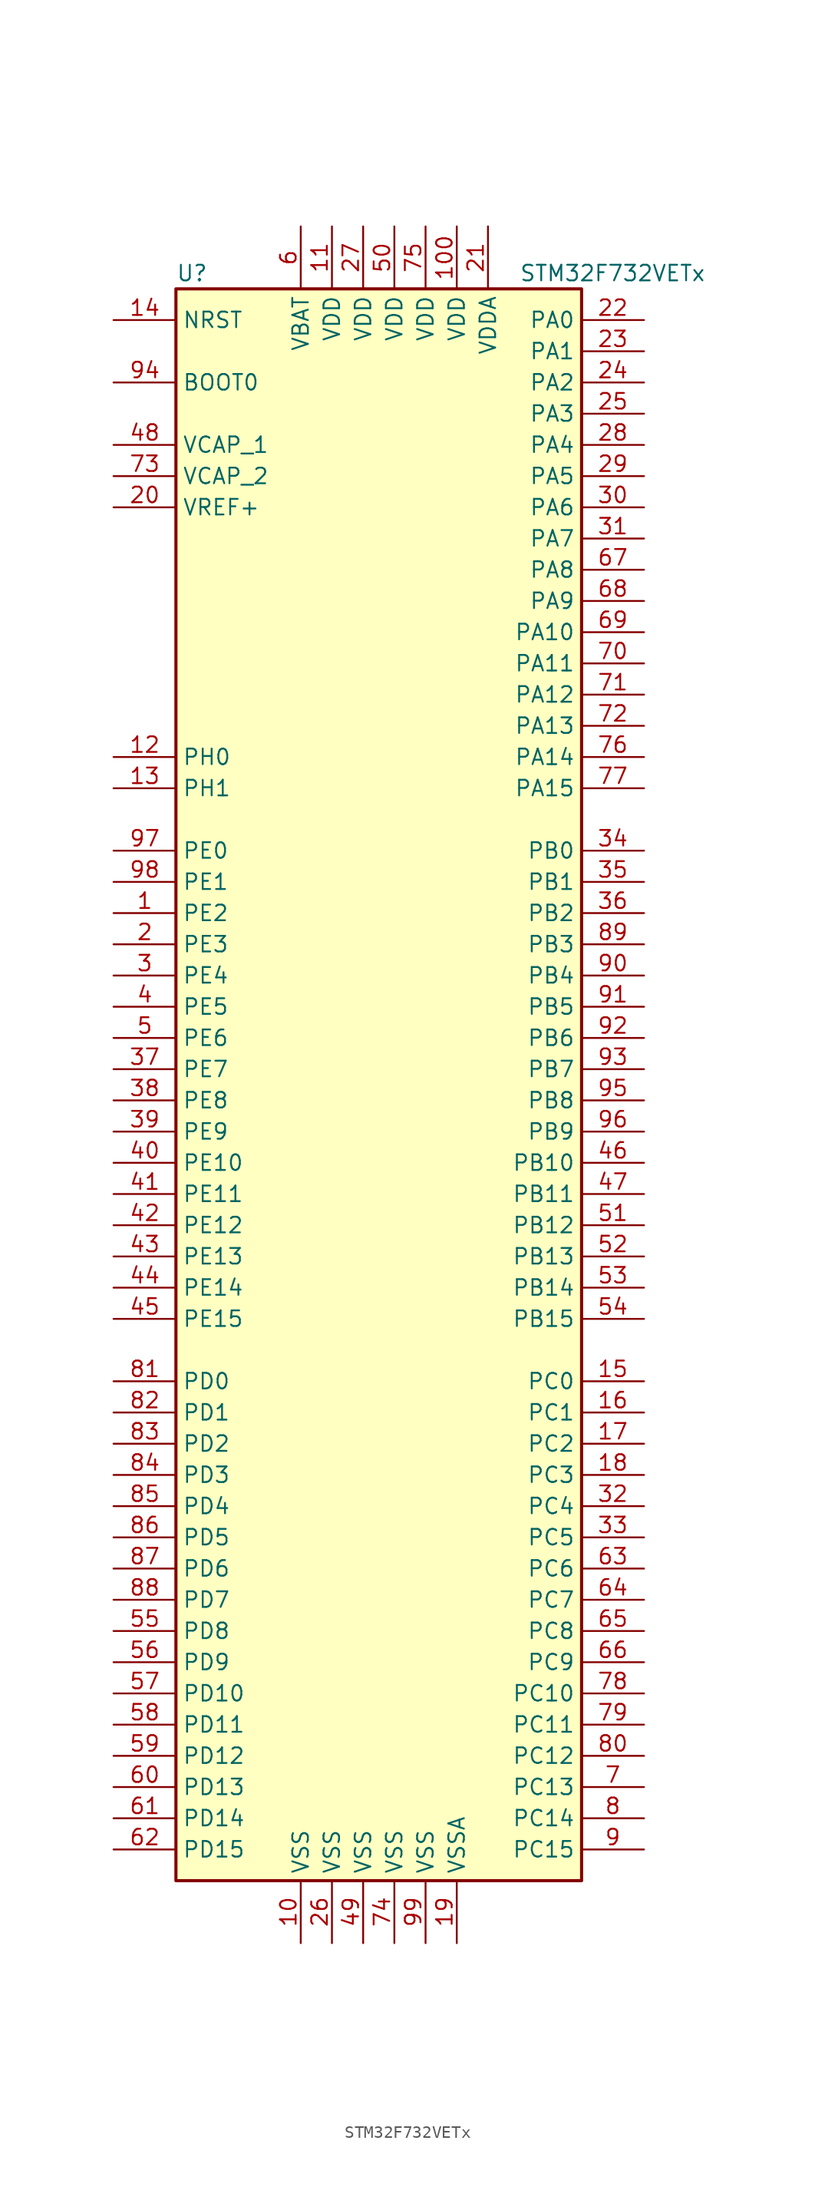
<source format=kicad_sym>
(kicad_symbol_lib
  (version 20201005)
  (generator kicad_symbol_editor)
  (symbol "STM32F732VETx"
    (property "Reference" "U"
      (at -17.78 64.77 0)
      (effects (font (size 1.27 1.27)) (justify left)))
    (property "Value" "STM32F732VETx"
      (at 10.16 64.77 0)
      (effects (font (size 1.27 1.27)) (justify left)))
    (symbol "STM32F732VETx_0_1"
      (rectangle (start -17.78 -66.04) (end 15.24 63.5) (stroke (width 0.254)) (fill (type background))))
    (symbol "STM32F732VETx_1_1"
      (pin bidirectional line (at -22.86 12.7 0) (length 5.08) (name "PE2" (effects (font (size 1.27 1.27)))) (number "1" (effects (font (size 1.27 1.27)))))
      (pin power_in line (at -7.62 -71.12 90) (length 5.08) (name "VSS" (effects (font (size 1.27 1.27)))) (number "10" (effects (font (size 1.27 1.27)))))
      (pin power_in line (at 5.08 68.58 270) (length 5.08) (name "VDD" (effects (font (size 1.27 1.27)))) (number "100" (effects (font (size 1.27 1.27)))))
      (pin power_in line (at -5.08 68.58 270) (length 5.08) (name "VDD" (effects (font (size 1.27 1.27)))) (number "11" (effects (font (size 1.27 1.27)))))
      (pin input line (at -22.86 25.4 0) (length 5.08) (name "PH0" (effects (font (size 1.27 1.27)))) (number "12" (effects (font (size 1.27 1.27)))))
      (pin input line (at -22.86 22.86 0) (length 5.08) (name "PH1" (effects (font (size 1.27 1.27)))) (number "13" (effects (font (size 1.27 1.27)))))
      (pin input line (at -22.86 60.96 0) (length 5.08) (name "NRST" (effects (font (size 1.27 1.27)))) (number "14" (effects (font (size 1.27 1.27)))))
      (pin bidirectional line (at 20.32 -25.4 180) (length 5.08) (name "PC0" (effects (font (size 1.27 1.27)))) (number "15" (effects (font (size 1.27 1.27)))))
      (pin bidirectional line (at 20.32 -27.94 180) (length 5.08) (name "PC1" (effects (font (size 1.27 1.27)))) (number "16" (effects (font (size 1.27 1.27)))))
      (pin bidirectional line (at 20.32 -30.48 180) (length 5.08) (name "PC2" (effects (font (size 1.27 1.27)))) (number "17" (effects (font (size 1.27 1.27)))))
      (pin bidirectional line (at 20.32 -33.02 180) (length 5.08) (name "PC3" (effects (font (size 1.27 1.27)))) (number "18" (effects (font (size 1.27 1.27)))))
      (pin power_in line (at 5.08 -71.12 90) (length 5.08) (name "VSSA" (effects (font (size 1.27 1.27)))) (number "19" (effects (font (size 1.27 1.27)))))
      (pin bidirectional line (at -22.86 10.16 0) (length 5.08) (name "PE3" (effects (font (size 1.27 1.27)))) (number "2" (effects (font (size 1.27 1.27)))))
      (pin power_in line (at -22.86 45.72 0) (length 5.08) (name "VREF+" (effects (font (size 1.27 1.27)))) (number "20" (effects (font (size 1.27 1.27)))))
      (pin power_in line (at 7.62 68.58 270) (length 5.08) (name "VDDA" (effects (font (size 1.27 1.27)))) (number "21" (effects (font (size 1.27 1.27)))))
      (pin bidirectional line (at 20.32 60.96 180) (length 5.08) (name "PA0" (effects (font (size 1.27 1.27)))) (number "22" (effects (font (size 1.27 1.27)))))
      (pin bidirectional line (at 20.32 58.42 180) (length 5.08) (name "PA1" (effects (font (size 1.27 1.27)))) (number "23" (effects (font (size 1.27 1.27)))))
      (pin bidirectional line (at 20.32 55.88 180) (length 5.08) (name "PA2" (effects (font (size 1.27 1.27)))) (number "24" (effects (font (size 1.27 1.27)))))
      (pin bidirectional line (at 20.32 53.34 180) (length 5.08) (name "PA3" (effects (font (size 1.27 1.27)))) (number "25" (effects (font (size 1.27 1.27)))))
      (pin power_in line (at -5.08 -71.12 90) (length 5.08) (name "VSS" (effects (font (size 1.27 1.27)))) (number "26" (effects (font (size 1.27 1.27)))))
      (pin power_in line (at -2.54 68.58 270) (length 5.08) (name "VDD" (effects (font (size 1.27 1.27)))) (number "27" (effects (font (size 1.27 1.27)))))
      (pin bidirectional line (at 20.32 50.8 180) (length 5.08) (name "PA4" (effects (font (size 1.27 1.27)))) (number "28" (effects (font (size 1.27 1.27)))))
      (pin bidirectional line (at 20.32 48.26 180) (length 5.08) (name "PA5" (effects (font (size 1.27 1.27)))) (number "29" (effects (font (size 1.27 1.27)))))
      (pin bidirectional line (at -22.86 7.62 0) (length 5.08) (name "PE4" (effects (font (size 1.27 1.27)))) (number "3" (effects (font (size 1.27 1.27)))))
      (pin bidirectional line (at 20.32 45.72 180) (length 5.08) (name "PA6" (effects (font (size 1.27 1.27)))) (number "30" (effects (font (size 1.27 1.27)))))
      (pin bidirectional line (at 20.32 43.18 180) (length 5.08) (name "PA7" (effects (font (size 1.27 1.27)))) (number "31" (effects (font (size 1.27 1.27)))))
      (pin bidirectional line (at 20.32 -35.56 180) (length 5.08) (name "PC4" (effects (font (size 1.27 1.27)))) (number "32" (effects (font (size 1.27 1.27)))))
      (pin bidirectional line (at 20.32 -38.1 180) (length 5.08) (name "PC5" (effects (font (size 1.27 1.27)))) (number "33" (effects (font (size 1.27 1.27)))))
      (pin bidirectional line (at 20.32 17.78 180) (length 5.08) (name "PB0" (effects (font (size 1.27 1.27)))) (number "34" (effects (font (size 1.27 1.27)))))
      (pin bidirectional line (at 20.32 15.24 180) (length 5.08) (name "PB1" (effects (font (size 1.27 1.27)))) (number "35" (effects (font (size 1.27 1.27)))))
      (pin bidirectional line (at 20.32 12.7 180) (length 5.08) (name "PB2" (effects (font (size 1.27 1.27)))) (number "36" (effects (font (size 1.27 1.27)))))
      (pin bidirectional line (at -22.86 0 0) (length 5.08) (name "PE7" (effects (font (size 1.27 1.27)))) (number "37" (effects (font (size 1.27 1.27)))))
      (pin bidirectional line (at -22.86 -2.54 0) (length 5.08) (name "PE8" (effects (font (size 1.27 1.27)))) (number "38" (effects (font (size 1.27 1.27)))))
      (pin bidirectional line (at -22.86 -5.08 0) (length 5.08) (name "PE9" (effects (font (size 1.27 1.27)))) (number "39" (effects (font (size 1.27 1.27)))))
      (pin bidirectional line (at -22.86 5.08 0) (length 5.08) (name "PE5" (effects (font (size 1.27 1.27)))) (number "4" (effects (font (size 1.27 1.27)))))
      (pin bidirectional line (at -22.86 -7.62 0) (length 5.08) (name "PE10" (effects (font (size 1.27 1.27)))) (number "40" (effects (font (size 1.27 1.27)))))
      (pin bidirectional line (at -22.86 -10.16 0) (length 5.08) (name "PE11" (effects (font (size 1.27 1.27)))) (number "41" (effects (font (size 1.27 1.27)))))
      (pin bidirectional line (at -22.86 -12.7 0) (length 5.08) (name "PE12" (effects (font (size 1.27 1.27)))) (number "42" (effects (font (size 1.27 1.27)))))
      (pin bidirectional line (at -22.86 -15.24 0) (length 5.08) (name "PE13" (effects (font (size 1.27 1.27)))) (number "43" (effects (font (size 1.27 1.27)))))
      (pin bidirectional line (at -22.86 -17.78 0) (length 5.08) (name "PE14" (effects (font (size 1.27 1.27)))) (number "44" (effects (font (size 1.27 1.27)))))
      (pin bidirectional line (at -22.86 -20.32 0) (length 5.08) (name "PE15" (effects (font (size 1.27 1.27)))) (number "45" (effects (font (size 1.27 1.27)))))
      (pin bidirectional line (at 20.32 -7.62 180) (length 5.08) (name "PB10" (effects (font (size 1.27 1.27)))) (number "46" (effects (font (size 1.27 1.27)))))
      (pin bidirectional line (at 20.32 -10.16 180) (length 5.08) (name "PB11" (effects (font (size 1.27 1.27)))) (number "47" (effects (font (size 1.27 1.27)))))
      (pin power_in line (at -22.86 50.8 0) (length 5.08) (name "VCAP_1" (effects (font (size 1.27 1.27)))) (number "48" (effects (font (size 1.27 1.27)))))
      (pin power_in line (at -2.54 -71.12 90) (length 5.08) (name "VSS" (effects (font (size 1.27 1.27)))) (number "49" (effects (font (size 1.27 1.27)))))
      (pin bidirectional line (at -22.86 2.54 0) (length 5.08) (name "PE6" (effects (font (size 1.27 1.27)))) (number "5" (effects (font (size 1.27 1.27)))))
      (pin power_in line (at 0 68.58 270) (length 5.08) (name "VDD" (effects (font (size 1.27 1.27)))) (number "50" (effects (font (size 1.27 1.27)))))
      (pin bidirectional line (at 20.32 -12.7 180) (length 5.08) (name "PB12" (effects (font (size 1.27 1.27)))) (number "51" (effects (font (size 1.27 1.27)))))
      (pin bidirectional line (at 20.32 -15.24 180) (length 5.08) (name "PB13" (effects (font (size 1.27 1.27)))) (number "52" (effects (font (size 1.27 1.27)))))
      (pin bidirectional line (at 20.32 -17.78 180) (length 5.08) (name "PB14" (effects (font (size 1.27 1.27)))) (number "53" (effects (font (size 1.27 1.27)))))
      (pin bidirectional line (at 20.32 -20.32 180) (length 5.08) (name "PB15" (effects (font (size 1.27 1.27)))) (number "54" (effects (font (size 1.27 1.27)))))
      (pin bidirectional line (at -22.86 -45.72 0) (length 5.08) (name "PD8" (effects (font (size 1.27 1.27)))) (number "55" (effects (font (size 1.27 1.27)))))
      (pin bidirectional line (at -22.86 -48.26 0) (length 5.08) (name "PD9" (effects (font (size 1.27 1.27)))) (number "56" (effects (font (size 1.27 1.27)))))
      (pin bidirectional line (at -22.86 -50.8 0) (length 5.08) (name "PD10" (effects (font (size 1.27 1.27)))) (number "57" (effects (font (size 1.27 1.27)))))
      (pin bidirectional line (at -22.86 -53.34 0) (length 5.08) (name "PD11" (effects (font (size 1.27 1.27)))) (number "58" (effects (font (size 1.27 1.27)))))
      (pin bidirectional line (at -22.86 -55.88 0) (length 5.08) (name "PD12" (effects (font (size 1.27 1.27)))) (number "59" (effects (font (size 1.27 1.27)))))
      (pin power_in line (at -7.62 68.58 270) (length 5.08) (name "VBAT" (effects (font (size 1.27 1.27)))) (number "6" (effects (font (size 1.27 1.27)))))
      (pin bidirectional line (at -22.86 -58.42 0) (length 5.08) (name "PD13" (effects (font (size 1.27 1.27)))) (number "60" (effects (font (size 1.27 1.27)))))
      (pin bidirectional line (at -22.86 -60.96 0) (length 5.08) (name "PD14" (effects (font (size 1.27 1.27)))) (number "61" (effects (font (size 1.27 1.27)))))
      (pin bidirectional line (at -22.86 -63.5 0) (length 5.08) (name "PD15" (effects (font (size 1.27 1.27)))) (number "62" (effects (font (size 1.27 1.27)))))
      (pin bidirectional line (at 20.32 -40.64 180) (length 5.08) (name "PC6" (effects (font (size 1.27 1.27)))) (number "63" (effects (font (size 1.27 1.27)))))
      (pin bidirectional line (at 20.32 -43.18 180) (length 5.08) (name "PC7" (effects (font (size 1.27 1.27)))) (number "64" (effects (font (size 1.27 1.27)))))
      (pin bidirectional line (at 20.32 -45.72 180) (length 5.08) (name "PC8" (effects (font (size 1.27 1.27)))) (number "65" (effects (font (size 1.27 1.27)))))
      (pin bidirectional line (at 20.32 -48.26 180) (length 5.08) (name "PC9" (effects (font (size 1.27 1.27)))) (number "66" (effects (font (size 1.27 1.27)))))
      (pin bidirectional line (at 20.32 40.64 180) (length 5.08) (name "PA8" (effects (font (size 1.27 1.27)))) (number "67" (effects (font (size 1.27 1.27)))))
      (pin bidirectional line (at 20.32 38.1 180) (length 5.08) (name "PA9" (effects (font (size 1.27 1.27)))) (number "68" (effects (font (size 1.27 1.27)))))
      (pin bidirectional line (at 20.32 35.56 180) (length 5.08) (name "PA10" (effects (font (size 1.27 1.27)))) (number "69" (effects (font (size 1.27 1.27)))))
      (pin bidirectional line (at 20.32 -58.42 180) (length 5.08) (name "PC13" (effects (font (size 1.27 1.27)))) (number "7" (effects (font (size 1.27 1.27)))))
      (pin bidirectional line (at 20.32 33.02 180) (length 5.08) (name "PA11" (effects (font (size 1.27 1.27)))) (number "70" (effects (font (size 1.27 1.27)))))
      (pin bidirectional line (at 20.32 30.48 180) (length 5.08) (name "PA12" (effects (font (size 1.27 1.27)))) (number "71" (effects (font (size 1.27 1.27)))))
      (pin bidirectional line (at 20.32 27.94 180) (length 5.08) (name "PA13" (effects (font (size 1.27 1.27)))) (number "72" (effects (font (size 1.27 1.27)))))
      (pin power_in line (at -22.86 48.26 0) (length 5.08) (name "VCAP_2" (effects (font (size 1.27 1.27)))) (number "73" (effects (font (size 1.27 1.27)))))
      (pin power_in line (at 0 -71.12 90) (length 5.08) (name "VSS" (effects (font (size 1.27 1.27)))) (number "74" (effects (font (size 1.27 1.27)))))
      (pin power_in line (at 2.54 68.58 270) (length 5.08) (name "VDD" (effects (font (size 1.27 1.27)))) (number "75" (effects (font (size 1.27 1.27)))))
      (pin bidirectional line (at 20.32 25.4 180) (length 5.08) (name "PA14" (effects (font (size 1.27 1.27)))) (number "76" (effects (font (size 1.27 1.27)))))
      (pin bidirectional line (at 20.32 22.86 180) (length 5.08) (name "PA15" (effects (font (size 1.27 1.27)))) (number "77" (effects (font (size 1.27 1.27)))))
      (pin bidirectional line (at 20.32 -50.8 180) (length 5.08) (name "PC10" (effects (font (size 1.27 1.27)))) (number "78" (effects (font (size 1.27 1.27)))))
      (pin bidirectional line (at 20.32 -53.34 180) (length 5.08) (name "PC11" (effects (font (size 1.27 1.27)))) (number "79" (effects (font (size 1.27 1.27)))))
      (pin bidirectional line (at 20.32 -60.96 180) (length 5.08) (name "PC14" (effects (font (size 1.27 1.27)))) (number "8" (effects (font (size 1.27 1.27)))))
      (pin bidirectional line (at 20.32 -55.88 180) (length 5.08) (name "PC12" (effects (font (size 1.27 1.27)))) (number "80" (effects (font (size 1.27 1.27)))))
      (pin bidirectional line (at -22.86 -25.4 0) (length 5.08) (name "PD0" (effects (font (size 1.27 1.27)))) (number "81" (effects (font (size 1.27 1.27)))))
      (pin bidirectional line (at -22.86 -27.94 0) (length 5.08) (name "PD1" (effects (font (size 1.27 1.27)))) (number "82" (effects (font (size 1.27 1.27)))))
      (pin bidirectional line (at -22.86 -30.48 0) (length 5.08) (name "PD2" (effects (font (size 1.27 1.27)))) (number "83" (effects (font (size 1.27 1.27)))))
      (pin bidirectional line (at -22.86 -33.02 0) (length 5.08) (name "PD3" (effects (font (size 1.27 1.27)))) (number "84" (effects (font (size 1.27 1.27)))))
      (pin bidirectional line (at -22.86 -35.56 0) (length 5.08) (name "PD4" (effects (font (size 1.27 1.27)))) (number "85" (effects (font (size 1.27 1.27)))))
      (pin bidirectional line (at -22.86 -38.1 0) (length 5.08) (name "PD5" (effects (font (size 1.27 1.27)))) (number "86" (effects (font (size 1.27 1.27)))))
      (pin bidirectional line (at -22.86 -40.64 0) (length 5.08) (name "PD6" (effects (font (size 1.27 1.27)))) (number "87" (effects (font (size 1.27 1.27)))))
      (pin bidirectional line (at -22.86 -43.18 0) (length 5.08) (name "PD7" (effects (font (size 1.27 1.27)))) (number "88" (effects (font (size 1.27 1.27)))))
      (pin bidirectional line (at 20.32 10.16 180) (length 5.08) (name "PB3" (effects (font (size 1.27 1.27)))) (number "89" (effects (font (size 1.27 1.27)))))
      (pin bidirectional line (at 20.32 -63.5 180) (length 5.08) (name "PC15" (effects (font (size 1.27 1.27)))) (number "9" (effects (font (size 1.27 1.27)))))
      (pin bidirectional line (at 20.32 7.62 180) (length 5.08) (name "PB4" (effects (font (size 1.27 1.27)))) (number "90" (effects (font (size 1.27 1.27)))))
      (pin bidirectional line (at 20.32 5.08 180) (length 5.08) (name "PB5" (effects (font (size 1.27 1.27)))) (number "91" (effects (font (size 1.27 1.27)))))
      (pin bidirectional line (at 20.32 2.54 180) (length 5.08) (name "PB6" (effects (font (size 1.27 1.27)))) (number "92" (effects (font (size 1.27 1.27)))))
      (pin bidirectional line (at 20.32 0 180) (length 5.08) (name "PB7" (effects (font (size 1.27 1.27)))) (number "93" (effects (font (size 1.27 1.27)))))
      (pin input line (at -22.86 55.88 0) (length 5.08) (name "BOOT0" (effects (font (size 1.27 1.27)))) (number "94" (effects (font (size 1.27 1.27)))))
      (pin bidirectional line (at 20.32 -2.54 180) (length 5.08) (name "PB8" (effects (font (size 1.27 1.27)))) (number "95" (effects (font (size 1.27 1.27)))))
      (pin bidirectional line (at 20.32 -5.08 180) (length 5.08) (name "PB9" (effects (font (size 1.27 1.27)))) (number "96" (effects (font (size 1.27 1.27)))))
      (pin bidirectional line (at -22.86 17.78 0) (length 5.08) (name "PE0" (effects (font (size 1.27 1.27)))) (number "97" (effects (font (size 1.27 1.27)))))
      (pin bidirectional line (at -22.86 15.24 0) (length 5.08) (name "PE1" (effects (font (size 1.27 1.27)))) (number "98" (effects (font (size 1.27 1.27)))))
      (pin power_in line (at 2.54 -71.12 90) (length 5.08) (name "VSS" (effects (font (size 1.27 1.27)))) (number "99" (effects (font (size 1.27 1.27))))))))
</source>
